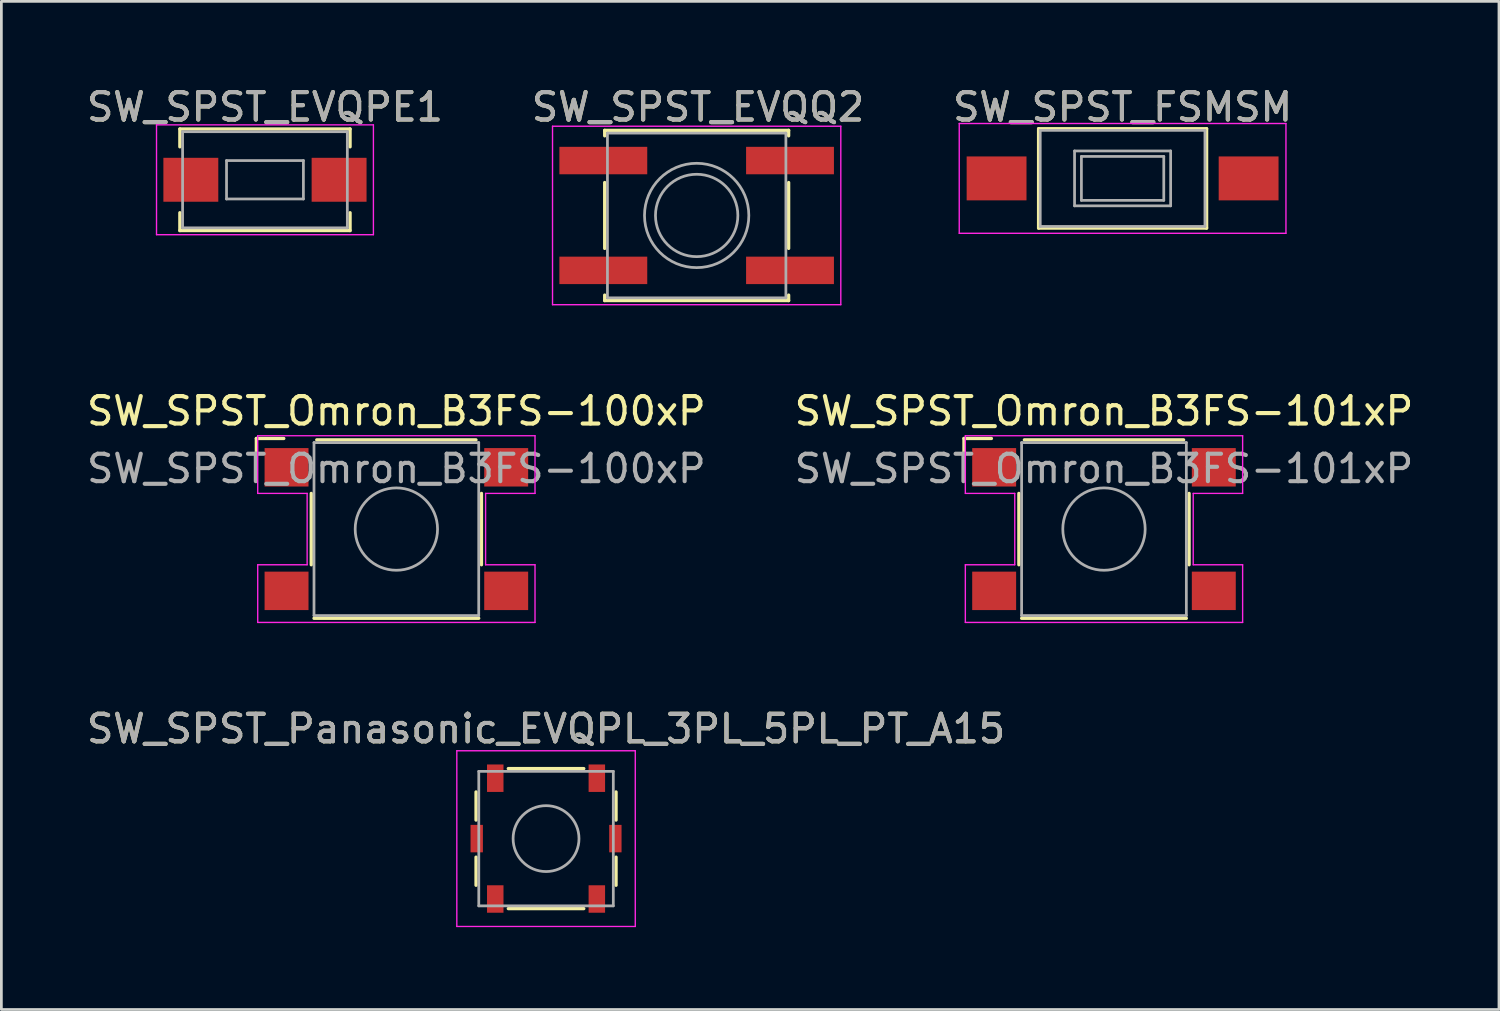
<source format=kicad_pcb>
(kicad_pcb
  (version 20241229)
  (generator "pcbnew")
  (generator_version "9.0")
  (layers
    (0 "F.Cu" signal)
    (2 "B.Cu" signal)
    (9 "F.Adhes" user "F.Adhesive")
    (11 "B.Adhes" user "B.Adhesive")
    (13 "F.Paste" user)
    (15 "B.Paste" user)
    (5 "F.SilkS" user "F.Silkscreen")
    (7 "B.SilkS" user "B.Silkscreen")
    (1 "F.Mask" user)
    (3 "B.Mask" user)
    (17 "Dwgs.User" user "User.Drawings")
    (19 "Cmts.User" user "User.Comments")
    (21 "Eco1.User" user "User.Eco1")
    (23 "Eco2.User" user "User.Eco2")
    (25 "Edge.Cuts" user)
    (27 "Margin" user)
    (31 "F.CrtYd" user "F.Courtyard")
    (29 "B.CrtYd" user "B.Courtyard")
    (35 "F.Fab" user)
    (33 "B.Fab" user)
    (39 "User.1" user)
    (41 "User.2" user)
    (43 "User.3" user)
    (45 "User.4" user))
  (footprint "SW_SPST_Omron_B3FS-100xP"
    (layer "F.Cu")
    (at 11.387 16.221)
    (property "Reference" "SW_SPST_Omron_B3FS-100xP" (at 0 -4.3 0) (layer "F.SilkS") (effects (font (size 1 1) (thickness 0.15))))
    (attr smd)
    (fp_line (start -5.1 -3.3) (end -4.1 -3.3) (stroke (width 0.12) (type solid)) (layer "F.SilkS"))
    (fp_line (start -5.1 -2.3) (end -5.1 -3.3) (stroke (width 0.12) (type solid)) (layer "F.SilkS"))
    (fp_line (start -3.1 -1.3) (end -3.1 1.3) (stroke (width 0.12) (type solid)) (layer "F.SilkS"))
    (fp_line (start 2.9 -3.25) (end -2.9 -3.25) (stroke (width 0.12) (type solid)) (layer "F.SilkS"))
    (fp_line (start 3 3.25) (end -3 3.25) (stroke (width 0.12) (type solid)) (layer "F.SilkS"))
    (fp_line (start 3.1 -1.3) (end 3.1 1.3) (stroke (width 0.12) (type solid)) (layer "F.SilkS"))
    (fp_line (start -5.05 -3.4) (end 5.05 -3.4) (stroke (width 0.05) (type solid)) (layer "F.CrtYd"))
    (fp_line (start -5.05 -1.3) (end -5.05 -3.4) (stroke (width 0.05) (type solid)) (layer "F.CrtYd"))
    (fp_line (start -5.05 1.3) (end -3.25 1.3) (stroke (width 0.05) (type solid)) (layer "F.CrtYd"))
    (fp_line (start -5.05 3.4) (end -5.05 1.3) (stroke (width 0.05) (type solid)) (layer "F.CrtYd"))
    (fp_line (start -3.25 -1.3) (end -5.05 -1.3) (stroke (width 0.05) (type solid)) (layer "F.CrtYd"))
    (fp_line (start -3.25 1.3) (end -3.25 -1.3) (stroke (width 0.05) (type solid)) (layer "F.CrtYd"))
    (fp_line (start 3.25 -1.3) (end 3.25 1.3) (stroke (width 0.05) (type solid)) (layer "F.CrtYd"))
    (fp_line (start 3.25 1.3) (end 5.05 1.3) (stroke (width 0.05) (type solid)) (layer "F.CrtYd"))
    (fp_line (start 5.05 -3.4) (end 5.05 -1.3) (stroke (width 0.05) (type solid)) (layer "F.CrtYd"))
    (fp_line (start 5.05 -1.3) (end 3.25 -1.3) (stroke (width 0.05) (type solid)) (layer "F.CrtYd"))
    (fp_line (start 5.05 1.3) (end 5.05 3.4) (stroke (width 0.05) (type solid)) (layer "F.CrtYd"))
    (fp_line (start 5.05 3.4) (end -5.05 3.4) (stroke (width 0.05) (type solid)) (layer "F.CrtYd"))
    (fp_line (start -3 -3.15) (end 3 -3.15) (stroke (width 0.1) (type solid)) (layer "F.Fab"))
    (fp_line (start -3 3.15) (end -3 -3.15) (stroke (width 0.1) (type solid)) (layer "F.Fab"))
    (fp_line (start 3 -3.15) (end 3 3.15) (stroke (width 0.1) (type solid)) (layer "F.Fab"))
    (fp_line (start 3 3.15) (end -3 3.15) (stroke (width 0.1) (type solid)) (layer "F.Fab"))
    (fp_circle (center 0 0) (end 1.5 0) (stroke (width 0.1) (type solid)) (fill no) (layer "F.Fab"))
    (fp_text user "${REFERENCE}" (at 0 -2.2 0) (layer "F.Fab") (effects (font (size 1 1) (thickness 0.15))))
    (pad "1" smd rect (at -4 -2.25 180) (size 1.6 1.4) (layers "F.Cu" "F.Mask" "F.Paste"))
    (pad "1" smd rect (at 4 -2.25 180) (size 1.6 1.4) (layers "F.Cu" "F.Mask" "F.Paste"))
    (pad "2" smd rect (at -4 2.25 180) (size 1.6 1.4) (layers "F.Cu" "F.Mask" "F.Paste"))
    (pad "2" smd rect (at 4 2.25 180) (size 1.6 1.4) (layers "F.Cu" "F.Mask" "F.Paste")))
  (footprint "SW_SPST_Panasonic_EVQPL_3PL_5PL_PT_A15"
    (layer "F.Cu")
    (at 16.839 27.495)
    (property "Reference" "SW_SPST_Panasonic_EVQPL_3PL_5PL_PT_A15" (at 0 -4 0) (layer "F.SilkS") (effects (font (size 1 1) (thickness 0.15))))
    (attr smd)
    (fp_line (start -2.55 -1.7) (end -2.55 -0.675) (stroke (width 0.12) (type solid)) (layer "F.SilkS"))
    (fp_line (start -2.55 0.675) (end -2.55 1.7) (stroke (width 0.12) (type solid)) (layer "F.SilkS"))
    (fp_line (start -1.375 -2.55) (end 1.375 -2.55) (stroke (width 0.12) (type solid)) (layer "F.SilkS"))
    (fp_line (start -1.375 2.55) (end 1.375 2.55) (stroke (width 0.12) (type solid)) (layer "F.SilkS"))
    (fp_line (start 2.55 -1.7) (end 2.55 -0.675) (stroke (width 0.12) (type solid)) (layer "F.SilkS"))
    (fp_line (start 2.55 0.675) (end 2.55 1.7) (stroke (width 0.12) (type solid)) (layer "F.SilkS"))
    (fp_line (start -3.25 -3.2) (end 3.25 -3.2) (stroke (width 0.05) (type solid)) (layer "F.CrtYd"))
    (fp_line (start -3.25 3.2) (end -3.25 -3.2) (stroke (width 0.05) (type solid)) (layer "F.CrtYd"))
    (fp_line (start -3.25 3.2) (end 3.25 3.2) (stroke (width 0.05) (type solid)) (layer "F.CrtYd"))
    (fp_line (start 3.25 3.2) (end 3.25 -3.2) (stroke (width 0.05) (type solid)) (layer "F.CrtYd"))
    (fp_line (start -2.45 -2.45) (end -2.45 2.45) (stroke (width 0.1) (type solid)) (layer "F.Fab"))
    (fp_line (start -2.45 -2.45) (end 2.45 -2.45) (stroke (width 0.1) (type solid)) (layer "F.Fab"))
    (fp_line (start 2.45 -2.45) (end 2.45 2.45) (stroke (width 0.1) (type solid)) (layer "F.Fab"))
    (fp_line (start 2.45 2.45) (end -2.45 2.45) (stroke (width 0.1) (type solid)) (layer "F.Fab"))
    (fp_circle (center 0 0) (end 1.2 0) (stroke (width 0.1) (type solid)) (fill no) (layer "F.Fab"))
    (fp_text user "${REFERENCE}" (at 0 -4 0) (layer "F.Fab") (effects (font (size 1 1) (thickness 0.15))))
    (pad "0" smd rect (at -2.525 0) (size 0.45 1) (layers "F.Cu" "F.Mask" "F.Paste"))
    (pad "0" smd rect (at 2.525 0) (size 0.45 1) (layers "F.Cu" "F.Mask" "F.Paste"))
    (pad "1" smd rect (at -1.85 -2.2) (size 0.6 1) (layers "F.Cu" "F.Mask" "F.Paste"))
    (pad "1" smd rect (at -1.85 2.2) (size 0.6 1) (layers "F.Cu" "F.Mask" "F.Paste"))
    (pad "2" smd rect (at 1.85 -2.2) (size 0.6 1) (layers "F.Cu" "F.Mask" "F.Paste"))
    (pad "2" smd rect (at 1.85 2.2) (size 0.6 1) (layers "F.Cu" "F.Mask" "F.Paste")))
  (footprint "SW_SPST_EVQPE1"
    (layer "F.Cu")
    (at 6.601 3.498)
    (property "Reference" "SW_SPST_EVQPE1" (at 0 -2.65 0) (layer "F.SilkS") (effects (font (size 1 1) (thickness 0.15))))
    (attr smd)
    (fp_line (start -3.1 -1.85) (end -3.1 -1.2) (stroke (width 0.12) (type solid)) (layer "F.SilkS"))
    (fp_line (start -3.1 1.2) (end -3.1 1.85) (stroke (width 0.12) (type solid)) (layer "F.SilkS"))
    (fp_line (start -3.1 1.85) (end 3.1 1.85) (stroke (width 0.12) (type solid)) (layer "F.SilkS"))
    (fp_line (start 3.1 -1.85) (end -3.1 -1.85) (stroke (width 0.12) (type solid)) (layer "F.SilkS"))
    (fp_line (start 3.1 -1.85) (end 3.1 -1.2) (stroke (width 0.12) (type solid)) (layer "F.SilkS"))
    (fp_line (start 3.1 1.85) (end 3.1 1.2) (stroke (width 0.12) (type solid)) (layer "F.SilkS"))
    (fp_line (start -3.95 -2) (end 3.95 -2) (stroke (width 0.05) (type solid)) (layer "F.CrtYd"))
    (fp_line (start -3.95 2) (end -3.95 -2) (stroke (width 0.05) (type solid)) (layer "F.CrtYd"))
    (fp_line (start 3.95 -2) (end 3.95 2) (stroke (width 0.05) (type solid)) (layer "F.CrtYd"))
    (fp_line (start 3.95 2) (end -3.95 2) (stroke (width 0.05) (type solid)) (layer "F.CrtYd"))
    (fp_line (start -3 -1.75) (end 3 -1.75) (stroke (width 0.1) (type solid)) (layer "F.Fab"))
    (fp_line (start -3 1.75) (end -3 -1.75) (stroke (width 0.1) (type solid)) (layer "F.Fab"))
    (fp_line (start -1.4 -0.7) (end 1.4 -0.7) (stroke (width 0.1) (type solid)) (layer "F.Fab"))
    (fp_line (start -1.4 0.7) (end -1.4 -0.7) (stroke (width 0.1) (type solid)) (layer "F.Fab"))
    (fp_line (start 1.4 -0.7) (end 1.4 0.7) (stroke (width 0.1) (type solid)) (layer "F.Fab"))
    (fp_line (start 1.4 0.7) (end -1.4 0.7) (stroke (width 0.1) (type solid)) (layer "F.Fab"))
    (fp_line (start 3 -1.75) (end 3 1.75) (stroke (width 0.1) (type solid)) (layer "F.Fab"))
    (fp_line (start 3 1.75) (end -3 1.75) (stroke (width 0.1) (type solid)) (layer "F.Fab"))
    (fp_text user "${REFERENCE}" (at 0 -2.65 0) (layer "F.Fab") (effects (font (size 1 1) (thickness 0.15))))
    (pad "1" smd rect (at -2.7 0) (size 2 1.6) (layers "F.Cu" "F.Mask" "F.Paste"))
    (pad "2" smd rect (at 2.7 0) (size 2 1.6) (layers "F.Cu" "F.Mask" "F.Paste")))
  (footprint "SW_SPST_Omron_B3FS-101xP"
    (layer "F.Cu")
    (at 37.161 16.221)
    (property "Reference" "SW_SPST_Omron_B3FS-101xP" (at 0 -4.3 0) (layer "F.SilkS") (effects (font (size 1 1) (thickness 0.15))))
    (attr smd)
    (fp_line (start -5.1 -3.3) (end -4.1 -3.3) (stroke (width 0.12) (type solid)) (layer "F.SilkS"))
    (fp_line (start -5.1 -2.3) (end -5.1 -3.3) (stroke (width 0.12) (type solid)) (layer "F.SilkS"))
    (fp_line (start -3.1 -1.3) (end -3.1 1.3) (stroke (width 0.12) (type solid)) (layer "F.SilkS"))
    (fp_line (start 2.9 -3.25) (end -2.9 -3.25) (stroke (width 0.12) (type solid)) (layer "F.SilkS"))
    (fp_line (start 3 3.25) (end -3 3.25) (stroke (width 0.12) (type solid)) (layer "F.SilkS"))
    (fp_line (start 3.1 -1.3) (end 3.1 1.3) (stroke (width 0.12) (type solid)) (layer "F.SilkS"))
    (fp_line (start -5.05 -3.4) (end 5.05 -3.4) (stroke (width 0.05) (type solid)) (layer "F.CrtYd"))
    (fp_line (start -5.05 -1.3) (end -5.05 -3.4) (stroke (width 0.05) (type solid)) (layer "F.CrtYd"))
    (fp_line (start -5.05 1.3) (end -3.25 1.3) (stroke (width 0.05) (type solid)) (layer "F.CrtYd"))
    (fp_line (start -5.05 3.4) (end -5.05 1.3) (stroke (width 0.05) (type solid)) (layer "F.CrtYd"))
    (fp_line (start -3.25 -1.3) (end -5.05 -1.3) (stroke (width 0.05) (type solid)) (layer "F.CrtYd"))
    (fp_line (start -3.25 1.3) (end -3.25 -1.3) (stroke (width 0.05) (type solid)) (layer "F.CrtYd"))
    (fp_line (start 3.25 -1.3) (end 3.25 1.3) (stroke (width 0.05) (type solid)) (layer "F.CrtYd"))
    (fp_line (start 3.25 1.3) (end 5.05 1.3) (stroke (width 0.05) (type solid)) (layer "F.CrtYd"))
    (fp_line (start 5.05 -3.4) (end 5.05 -1.3) (stroke (width 0.05) (type solid)) (layer "F.CrtYd"))
    (fp_line (start 5.05 -1.3) (end 3.25 -1.3) (stroke (width 0.05) (type solid)) (layer "F.CrtYd"))
    (fp_line (start 5.05 1.3) (end 5.05 3.4) (stroke (width 0.05) (type solid)) (layer "F.CrtYd"))
    (fp_line (start 5.05 3.4) (end -5.05 3.4) (stroke (width 0.05) (type solid)) (layer "F.CrtYd"))
    (fp_line (start -3 -3.15) (end 3 -3.15) (stroke (width 0.1) (type solid)) (layer "F.Fab"))
    (fp_line (start -3 3.15) (end -3 -3.15) (stroke (width 0.1) (type solid)) (layer "F.Fab"))
    (fp_line (start 3 -3.15) (end 3 3.15) (stroke (width 0.1) (type solid)) (layer "F.Fab"))
    (fp_line (start 3 3.15) (end -3 3.15) (stroke (width 0.1) (type solid)) (layer "F.Fab"))
    (fp_circle (center 0 0) (end 1.5 0) (stroke (width 0.1) (type solid)) (fill no) (layer "F.Fab"))
    (fp_text user "${REFERENCE}" (at 0 -2.2 0) (layer "F.Fab") (effects (font (size 1 1) (thickness 0.15))))
    (pad "1" smd rect (at -4 -2.25 180) (size 1.6 1.4) (layers "F.Cu" "F.Mask" "F.Paste"))
    (pad "1" smd rect (at 4 -2.25 180) (size 1.6 1.4) (layers "F.Cu" "F.Mask" "F.Paste"))
    (pad "2" smd rect (at -4 2.25 180) (size 1.6 1.4) (layers "F.Cu" "F.Mask" "F.Paste"))
    (pad "2" smd rect (at 4 2.25 180) (size 1.6 1.4) (layers "F.Cu" "F.Mask" "F.Paste")))
  (footprint "SW_SPST_FSMSM"
    (layer "F.Cu")
    (at 37.839 3.448)
    (property "Reference" "SW_SPST_FSMSM" (at 0 -2.6 0) (layer "F.SilkS") (effects (font (size 1 1) (thickness 0.15))))
    (attr smd)
    (fp_line (start -3.06 -1.81) (end 3.06 -1.81) (stroke (width 0.12) (type solid)) (layer "F.SilkS"))
    (fp_line (start -3.06 1.81) (end -3.06 -1.81) (stroke (width 0.12) (type solid)) (layer "F.SilkS"))
    (fp_line (start 3.06 -1.81) (end 3.06 1.81) (stroke (width 0.12) (type solid)) (layer "F.SilkS"))
    (fp_line (start 3.06 1.81) (end -3.06 1.81) (stroke (width 0.12) (type solid)) (layer "F.SilkS"))
    (fp_line (start -5.95 -2) (end -5.95 2) (stroke (width 0.05) (type solid)) (layer "F.CrtYd"))
    (fp_line (start -5.95 -2) (end 5.95 -2) (stroke (width 0.05) (type solid)) (layer "F.CrtYd"))
    (fp_line (start -5.95 2) (end 5.95 2) (stroke (width 0.05) (type solid)) (layer "F.CrtYd"))
    (fp_line (start 5.95 -2) (end 5.95 2) (stroke (width 0.05) (type solid)) (layer "F.CrtYd"))
    (fp_line (start -3 -1.75) (end -3 1.75) (stroke (width 0.1) (type solid)) (layer "F.Fab"))
    (fp_line (start -3 -1.75) (end 3 -1.75) (stroke (width 0.1) (type solid)) (layer "F.Fab"))
    (fp_line (start -3 1.75) (end 3 1.75) (stroke (width 0.1) (type solid)) (layer "F.Fab"))
    (fp_line (start -1.75 -1) (end 1.75 -1) (stroke (width 0.1) (type solid)) (layer "F.Fab"))
    (fp_line (start -1.75 1) (end -1.75 -1) (stroke (width 0.1) (type solid)) (layer "F.Fab"))
    (fp_line (start -1.5 -0.8) (end -1.5 0.8) (stroke (width 0.1) (type solid)) (layer "F.Fab"))
    (fp_line (start -1.5 -0.8) (end 1.5 -0.8) (stroke (width 0.1) (type solid)) (layer "F.Fab"))
    (fp_line (start -1.5 0.8) (end 1.5 0.8) (stroke (width 0.1) (type solid)) (layer "F.Fab"))
    (fp_line (start 1.5 -0.8) (end 1.5 0.8) (stroke (width 0.1) (type solid)) (layer "F.Fab"))
    (fp_line (start 1.75 -1) (end 1.75 1) (stroke (width 0.1) (type solid)) (layer "F.Fab"))
    (fp_line (start 1.75 1) (end -1.75 1) (stroke (width 0.1) (type solid)) (layer "F.Fab"))
    (fp_line (start 3 -1.75) (end 3 1.75) (stroke (width 0.1) (type solid)) (layer "F.Fab"))
    (fp_text user "${REFERENCE}" (at 0 -2.6 0) (layer "F.Fab") (effects (font (size 1 1) (thickness 0.15))))
    (pad "1" smd rect (at -4.59 0) (size 2.18 1.6) (layers "F.Cu" "F.Mask" "F.Paste"))
    (pad "2" smd rect (at 4.59 0) (size 2.18 1.6) (layers "F.Cu" "F.Mask" "F.Paste")))
  (footprint "SW_SPST_EVQQ2"
    (layer "F.Cu")
    (at 22.325 4.798)
    (property "Reference" "SW_SPST_EVQQ2" (at 0.05 -3.95 0) (layer "F.SilkS") (effects (font (size 1 1) (thickness 0.15))))
    (attr smd)
    (fp_line (start -3.35 -3.1) (end -3.35 -2.9) (stroke (width 0.12) (type solid)) (layer "F.SilkS"))
    (fp_line (start -3.35 -1.2) (end -3.35 1.2) (stroke (width 0.12) (type solid)) (layer "F.SilkS"))
    (fp_line (start -3.35 3.1) (end -3.35 2.9) (stroke (width 0.12) (type solid)) (layer "F.SilkS"))
    (fp_line (start -3.35 3.1) (end 3.35 3.1) (stroke (width 0.12) (type solid)) (layer "F.SilkS"))
    (fp_line (start 3.35 -3.1) (end -3.35 -3.1) (stroke (width 0.12) (type solid)) (layer "F.SilkS"))
    (fp_line (start 3.35 -3.1) (end 3.35 -2.9) (stroke (width 0.12) (type solid)) (layer "F.SilkS"))
    (fp_line (start 3.35 -1.2) (end 3.35 1.2) (stroke (width 0.12) (type solid)) (layer "F.SilkS"))
    (fp_line (start 3.35 3.1) (end 3.35 2.9) (stroke (width 0.12) (type solid)) (layer "F.SilkS"))
    (fp_line (start -5.25 -3.25) (end 5.25 -3.25) (stroke (width 0.05) (type solid)) (layer "F.CrtYd"))
    (fp_line (start -5.25 3.25) (end -5.25 -3.25) (stroke (width 0.05) (type solid)) (layer "F.CrtYd"))
    (fp_line (start 5.25 -3.25) (end 5.25 3.25) (stroke (width 0.05) (type solid)) (layer "F.CrtYd"))
    (fp_line (start 5.25 3.25) (end -5.25 3.25) (stroke (width 0.05) (type solid)) (layer "F.CrtYd"))
    (fp_line (start -3.25 -3) (end 3.25 -3) (stroke (width 0.1) (type solid)) (layer "F.Fab"))
    (fp_line (start -3.25 3) (end -3.25 -3) (stroke (width 0.1) (type solid)) (layer "F.Fab"))
    (fp_line (start 3.25 -3) (end 3.25 3) (stroke (width 0.1) (type solid)) (layer "F.Fab"))
    (fp_line (start 3.25 3) (end -3.25 3) (stroke (width 0.1) (type solid)) (layer "F.Fab"))
    (fp_circle (center 0 0) (end 1.5 0) (stroke (width 0.1) (type solid)) (fill no) (layer "F.Fab"))
    (fp_circle (center 0 0) (end 1.9 0) (stroke (width 0.1) (type solid)) (fill no) (layer "F.Fab"))
    (fp_text user "${REFERENCE}" (at 0.05 -3.95 0) (layer "F.Fab") (effects (font (size 1 1) (thickness 0.15))))
    (pad "1" smd rect (at -3.4 -2) (size 3.2 1) (layers "F.Cu" "F.Mask" "F.Paste"))
    (pad "1" smd rect (at 3.4 -2) (size 3.2 1) (layers "F.Cu" "F.Mask" "F.Paste"))
    (pad "2" smd rect (at -3.4 2) (size 3.2 1) (layers "F.Cu" "F.Mask" "F.Paste"))
    (pad "2" smd rect (at 3.4 2) (size 3.2 1) (layers "F.Cu" "F.Mask" "F.Paste")))
  (gr_rect
    (start -3 -3)
    (end 51.548 33.72)
    (stroke (width 0.1) (type default))
    (fill no)
    (layer "Edge.Cuts")))
</source>
